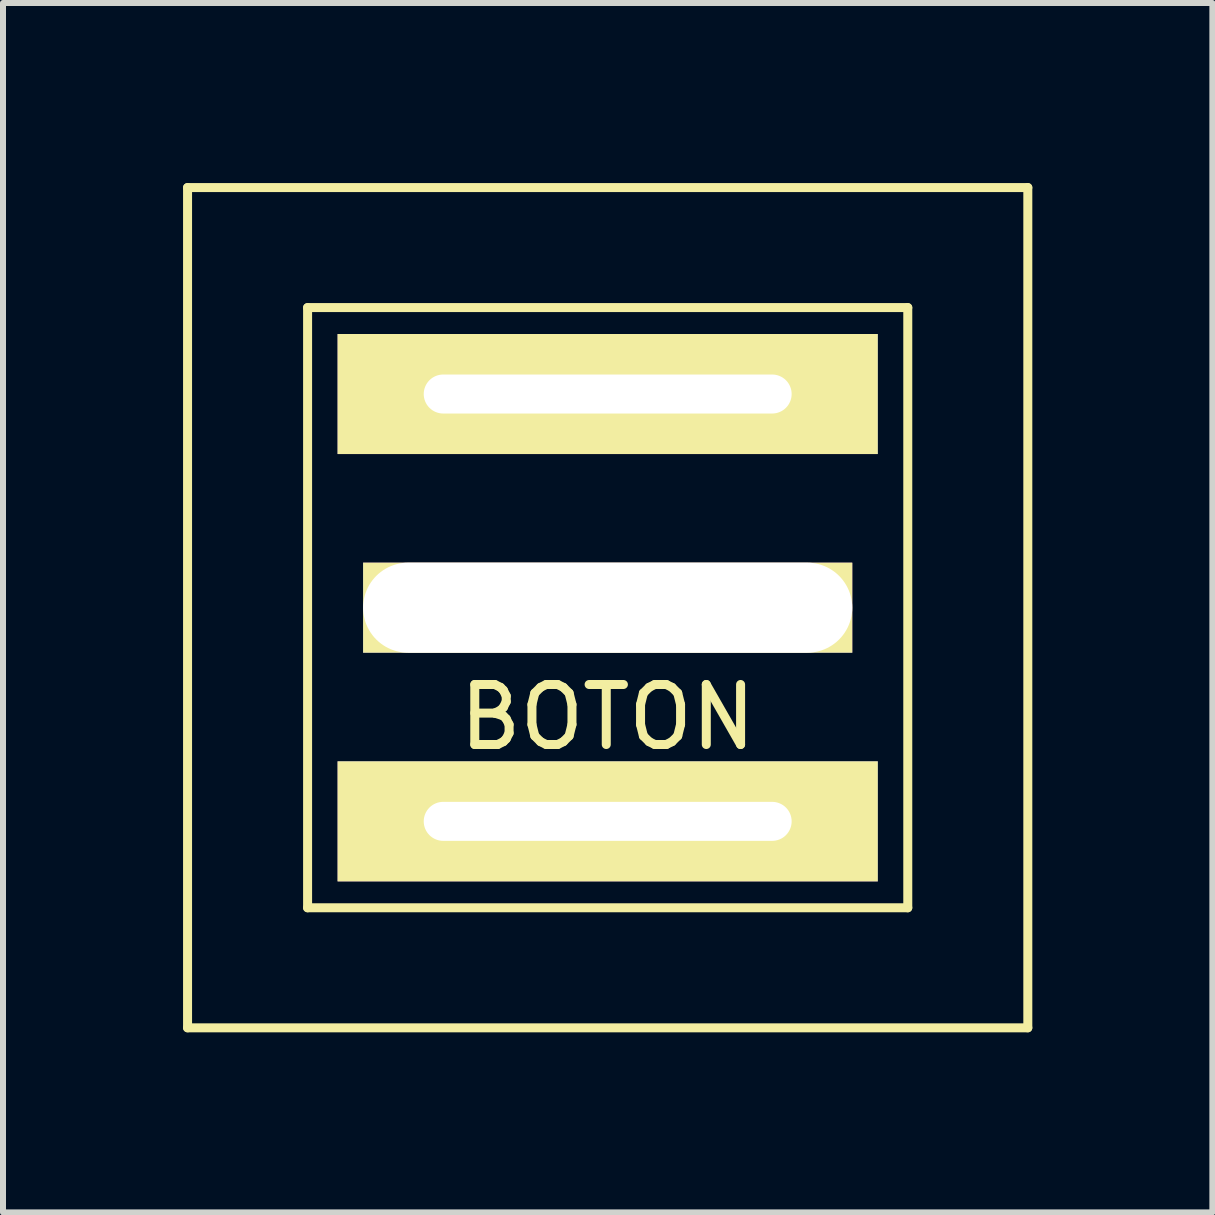
<source format=kicad_pcb>
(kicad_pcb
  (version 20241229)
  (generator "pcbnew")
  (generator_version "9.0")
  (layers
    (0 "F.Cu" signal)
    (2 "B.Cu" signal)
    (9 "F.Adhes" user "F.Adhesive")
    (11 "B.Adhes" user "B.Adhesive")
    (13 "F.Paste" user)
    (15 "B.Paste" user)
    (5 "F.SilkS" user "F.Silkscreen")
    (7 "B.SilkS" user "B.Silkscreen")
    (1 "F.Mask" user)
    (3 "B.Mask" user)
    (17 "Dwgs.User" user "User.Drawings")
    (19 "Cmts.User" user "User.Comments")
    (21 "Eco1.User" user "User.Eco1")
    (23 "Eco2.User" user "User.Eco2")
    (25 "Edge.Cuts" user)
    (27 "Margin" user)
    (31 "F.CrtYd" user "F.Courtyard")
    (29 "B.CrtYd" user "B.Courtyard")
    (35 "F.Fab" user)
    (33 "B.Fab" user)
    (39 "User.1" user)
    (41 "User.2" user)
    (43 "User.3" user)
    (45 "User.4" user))
  (footprint "BOTON"
    (layer "F.Cu")
    (at 7.075 7.075)
    (property "Reference" "BOTON" (at 0 1.825 0) (layer "F.SilkS") (effects (font (size 1 1) (thickness 0.15))))
    (attr through_hole)
    (fp_line (start -7 -7) (end 7 -7) (stroke (width 0.15) (type solid)) (layer "F.SilkS"))
    (fp_line (start -7 7) (end -7 -7) (stroke (width 0.15) (type solid)) (layer "F.SilkS"))
    (fp_line (start -5 -5) (end 5 -5) (stroke (width 0.15) (type solid)) (layer "F.SilkS"))
    (fp_line (start -5 5) (end -5 -5) (stroke (width 0.15) (type solid)) (layer "F.SilkS"))
    (fp_line (start 5 -5) (end 5 5) (stroke (width 0.15) (type solid)) (layer "F.SilkS"))
    (fp_line (start 5 5) (end -5 5) (stroke (width 0.15) (type solid)) (layer "F.SilkS"))
    (fp_line (start 7 -7) (end 7 7) (stroke (width 0.15) (type solid)) (layer "F.SilkS"))
    (fp_line (start 7 7) (end -7 7) (stroke (width 0.15) (type solid)) (layer "F.SilkS"))
    (pad "" np_thru_hole rect (at 0 0) (size 8.15 1.5) (drill oval 8.15 1.5) (layers "*.Cu" "*.Mask" "F.SilkS"))
    (pad "1" thru_hole rect (at 0 -3.56) (size 9 2) (drill oval 6.13 0.65) (layers "*.Cu" "*.Mask" "F.SilkS"))
    (pad "2" thru_hole rect (at 0 3.56) (size 9 2) (drill oval 6.13 0.65) (layers "*.Cu" "*.Mask" "F.SilkS")))
  (gr_rect
    (start -3 -3)
    (end 17.15 17.15)
    (stroke (width 0.1) (type default))
    (fill no)
    (layer "Edge.Cuts")))
</source>
